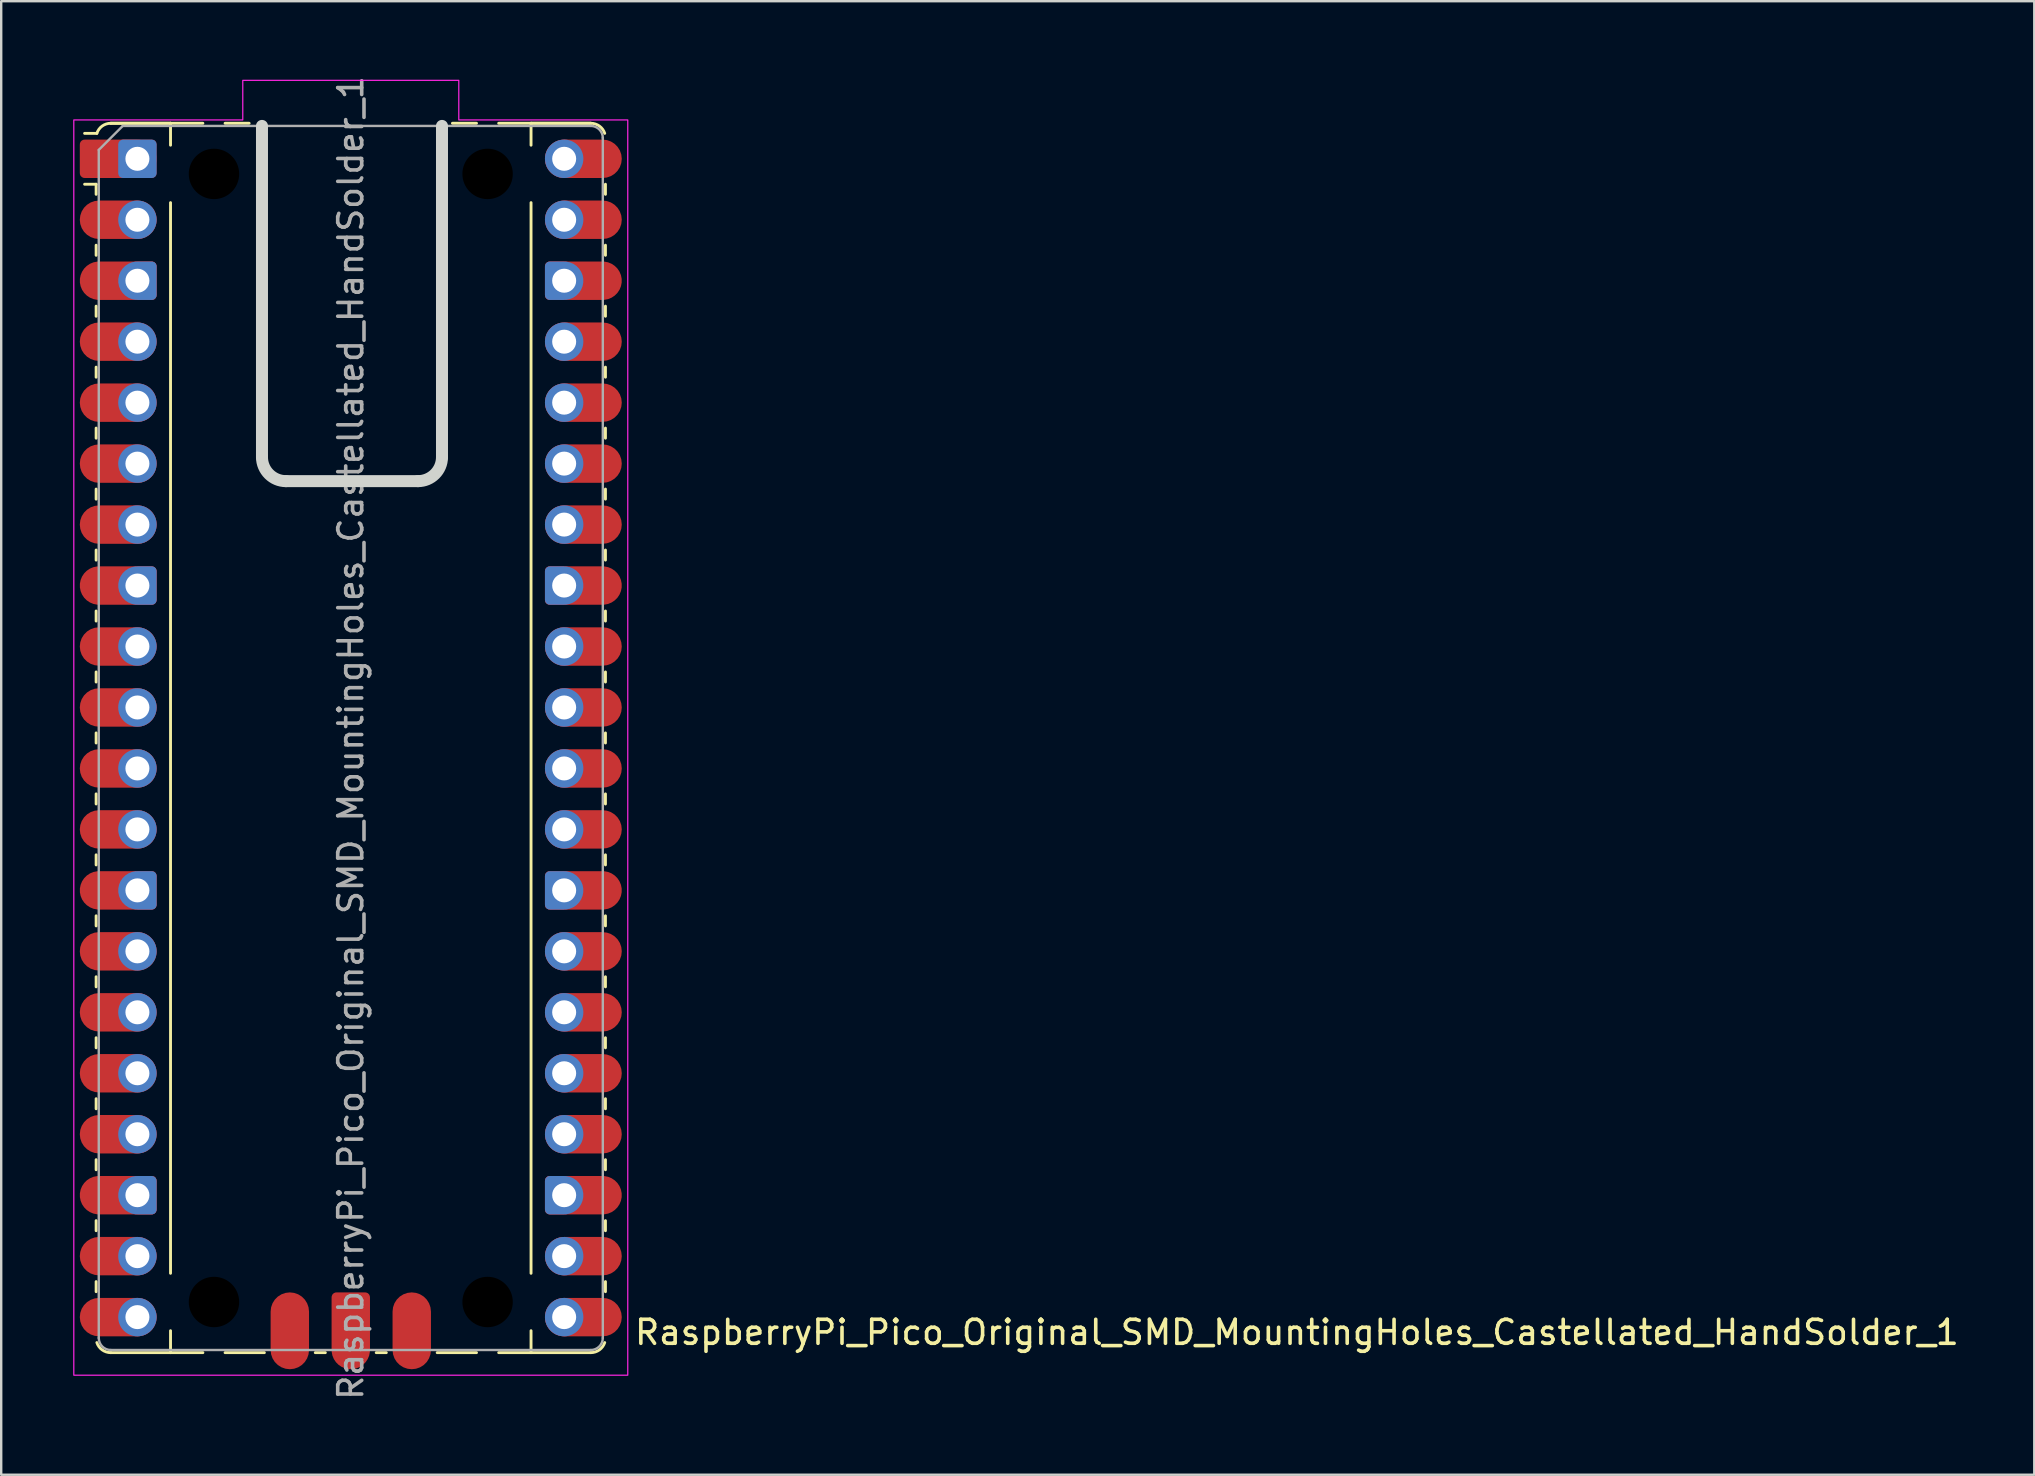
<source format=kicad_pcb>
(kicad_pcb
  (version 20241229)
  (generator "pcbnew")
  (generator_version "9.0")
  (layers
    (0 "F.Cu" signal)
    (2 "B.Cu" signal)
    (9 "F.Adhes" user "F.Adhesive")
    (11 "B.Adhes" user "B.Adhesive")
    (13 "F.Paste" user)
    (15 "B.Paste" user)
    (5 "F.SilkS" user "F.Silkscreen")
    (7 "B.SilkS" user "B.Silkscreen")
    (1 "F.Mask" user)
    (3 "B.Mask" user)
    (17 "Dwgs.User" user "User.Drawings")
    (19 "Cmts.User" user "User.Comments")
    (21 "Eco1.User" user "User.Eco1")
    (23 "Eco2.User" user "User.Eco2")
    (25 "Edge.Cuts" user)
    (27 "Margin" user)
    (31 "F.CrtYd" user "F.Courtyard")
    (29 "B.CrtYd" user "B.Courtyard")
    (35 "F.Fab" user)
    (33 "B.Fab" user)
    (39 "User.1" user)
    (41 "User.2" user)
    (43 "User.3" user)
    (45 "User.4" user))
  (footprint "RaspberryPi_Pico_Original_SMD_MountingHoles_Castellated_HandSolder_1"
    (layer "F.Cu")
    (at 11.565 27.696)
    (property "Reference" "RaspberryPi_Pico_Original_SMD_MountingHoles_Castellated_HandSolder_1" (at 11.748 24.765 0) (unlocked yes) (layer "F.SilkS") (effects (font (size 1 1) (thickness 0.15)) (justify left)))
    (attr smd)
    (fp_line (start -10.61 -23.07) (end -11.09 -23.07) (stroke (width 0.12) (type solid)) (layer "F.SilkS"))
    (fp_line (start -10.61 -23.07) (end -10.61 -22.65) (stroke (width 0.12) (type solid)) (layer "F.SilkS"))
    (fp_line (start -10.61 -20.53) (end -10.61 -20.11) (stroke (width 0.12) (type solid)) (layer "F.SilkS"))
    (fp_line (start -10.61 -17.99) (end -10.61 -17.57) (stroke (width 0.12) (type solid)) (layer "F.SilkS"))
    (fp_line (start -10.61 -15.45) (end -10.61 -15.03) (stroke (width 0.12) (type solid)) (layer "F.SilkS"))
    (fp_line (start -10.61 -12.91) (end -10.61 -12.49) (stroke (width 0.12) (type solid)) (layer "F.SilkS"))
    (fp_line (start -10.61 -10.37) (end -10.61 -9.95) (stroke (width 0.12) (type solid)) (layer "F.SilkS"))
    (fp_line (start -10.61 -7.83) (end -10.61 -7.41) (stroke (width 0.12) (type solid)) (layer "F.SilkS"))
    (fp_line (start -10.61 -5.29) (end -10.61 -4.87) (stroke (width 0.12) (type solid)) (layer "F.SilkS"))
    (fp_line (start -10.61 -2.75) (end -10.61 -2.33) (stroke (width 0.12) (type solid)) (layer "F.SilkS"))
    (fp_line (start -10.61 -0.21) (end -10.61 0.21) (stroke (width 0.12) (type solid)) (layer "F.SilkS"))
    (fp_line (start -10.61 2.33) (end -10.61 2.75) (stroke (width 0.12) (type solid)) (layer "F.SilkS"))
    (fp_line (start -10.61 4.87) (end -10.61 5.29) (stroke (width 0.12) (type solid)) (layer "F.SilkS"))
    (fp_line (start -10.61 7.41) (end -10.61 7.83) (stroke (width 0.12) (type solid)) (layer "F.SilkS"))
    (fp_line (start -10.61 9.95) (end -10.61 10.37) (stroke (width 0.12) (type solid)) (layer "F.SilkS"))
    (fp_line (start -10.61 12.49) (end -10.61 12.91) (stroke (width 0.12) (type solid)) (layer "F.SilkS"))
    (fp_line (start -10.61 15.03) (end -10.61 15.45) (stroke (width 0.12) (type solid)) (layer "F.SilkS"))
    (fp_line (start -10.61 17.57) (end -10.61 17.99) (stroke (width 0.12) (type solid)) (layer "F.SilkS"))
    (fp_line (start -10.61 20.11) (end -10.61 20.53) (stroke (width 0.12) (type solid)) (layer "F.SilkS"))
    (fp_line (start -10.61 22.65) (end -10.61 23.07) (stroke (width 0.12) (type solid)) (layer "F.SilkS"))
    (fp_line (start -10.58 -25.19) (end -11.09 -25.19) (stroke (width 0.12) (type solid)) (layer "F.SilkS"))
    (fp_line (start -10 -25.61) (end -7.51 -25.61) (stroke (width 0.12) (type solid)) (layer "F.SilkS"))
    (fp_line (start -10 -25.61) (end -7.51 -25.61) (stroke (width 0.12) (type solid)) (layer "F.SilkS"))
    (fp_line (start -10 25.61) (end -6.162 25.61) (stroke (width 0.12) (type solid)) (layer "F.SilkS"))
    (fp_line (start -7.51 -25.61) (end -7.51 -24.696) (stroke (width 0.12) (type solid)) (layer "F.SilkS"))
    (fp_line (start -7.51 -25.61) (end -6.162 -25.61) (stroke (width 0.12) (type solid)) (layer "F.SilkS"))
    (fp_line (start -7.51 -22.304) (end -7.51 22.304) (stroke (width 0.12) (type solid)) (layer "F.SilkS"))
    (fp_line (start -7.51 24.696) (end -7.51 25.61) (stroke (width 0.12) (type solid)) (layer "F.SilkS"))
    (fp_line (start -5.238 -25.61) (end -4.235 -25.61) (stroke (width 0.12) (type solid)) (layer "F.SilkS"))
    (fp_line (start -3.6 25.61) (end -5.238 25.61) (stroke (width 0.12) (type solid)) (layer "F.SilkS"))
    (fp_line (start -1.48 25.61) (end -1.06 25.61) (stroke (width 0.12) (type solid)) (layer "F.SilkS"))
    (fp_line (start 1.06 25.61) (end 1.48 25.61) (stroke (width 0.12) (type solid)) (layer "F.SilkS"))
    (fp_line (start 4.235 -25.61) (end 5.238 -25.61) (stroke (width 0.12) (type solid)) (layer "F.SilkS"))
    (fp_line (start 5.238 25.61) (end 3.6 25.61) (stroke (width 0.12) (type solid)) (layer "F.SilkS"))
    (fp_line (start 6.162 -25.61) (end 7.51 -25.61) (stroke (width 0.12) (type solid)) (layer "F.SilkS"))
    (fp_line (start 6.162 25.61) (end 10 25.61) (stroke (width 0.12) (type solid)) (layer "F.SilkS"))
    (fp_line (start 7.51 -25.61) (end 7.51 -24.696) (stroke (width 0.12) (type solid)) (layer "F.SilkS"))
    (fp_line (start 7.51 -22.304) (end 7.51 22.304) (stroke (width 0.12) (type solid)) (layer "F.SilkS"))
    (fp_line (start 7.51 24.696) (end 7.51 25.61) (stroke (width 0.12) (type solid)) (layer "F.SilkS"))
    (fp_line (start 10 -25.61) (end 7.51 -25.61) (stroke (width 0.12) (type solid)) (layer "F.SilkS"))
    (fp_line (start 10 -25.61) (end 7.51 -25.61) (stroke (width 0.12) (type solid)) (layer "F.SilkS"))
    (fp_line (start 10.61 -23.07) (end 10.61 -22.65) (stroke (width 0.12) (type solid)) (layer "F.SilkS"))
    (fp_line (start 10.61 -20.53) (end 10.61 -20.11) (stroke (width 0.12) (type solid)) (layer "F.SilkS"))
    (fp_line (start 10.61 -17.99) (end 10.61 -17.57) (stroke (width 0.12) (type solid)) (layer "F.SilkS"))
    (fp_line (start 10.61 -15.45) (end 10.61 -15.03) (stroke (width 0.12) (type solid)) (layer "F.SilkS"))
    (fp_line (start 10.61 -12.91) (end 10.61 -12.49) (stroke (width 0.12) (type solid)) (layer "F.SilkS"))
    (fp_line (start 10.61 -10.37) (end 10.61 -9.95) (stroke (width 0.12) (type solid)) (layer "F.SilkS"))
    (fp_line (start 10.61 -7.83) (end 10.61 -7.41) (stroke (width 0.12) (type solid)) (layer "F.SilkS"))
    (fp_line (start 10.61 -5.29) (end 10.61 -4.87) (stroke (width 0.12) (type solid)) (layer "F.SilkS"))
    (fp_line (start 10.61 -2.75) (end 10.61 -2.33) (stroke (width 0.12) (type solid)) (layer "F.SilkS"))
    (fp_line (start 10.61 -0.21) (end 10.61 0.21) (stroke (width 0.12) (type solid)) (layer "F.SilkS"))
    (fp_line (start 10.61 2.33) (end 10.61 2.75) (stroke (width 0.12) (type solid)) (layer "F.SilkS"))
    (fp_line (start 10.61 4.87) (end 10.61 5.29) (stroke (width 0.12) (type solid)) (layer "F.SilkS"))
    (fp_line (start 10.61 7.41) (end 10.61 7.83) (stroke (width 0.12) (type solid)) (layer "F.SilkS"))
    (fp_line (start 10.61 9.95) (end 10.61 10.37) (stroke (width 0.12) (type solid)) (layer "F.SilkS"))
    (fp_line (start 10.61 12.49) (end 10.61 12.91) (stroke (width 0.12) (type solid)) (layer "F.SilkS"))
    (fp_line (start 10.61 15.03) (end 10.61 15.45) (stroke (width 0.12) (type solid)) (layer "F.SilkS"))
    (fp_line (start 10.61 17.57) (end 10.61 17.99) (stroke (width 0.12) (type solid)) (layer "F.SilkS"))
    (fp_line (start 10.61 20.11) (end 10.61 20.53) (stroke (width 0.12) (type solid)) (layer "F.SilkS"))
    (fp_line (start 10.61 22.65) (end 10.61 23.07) (stroke (width 0.12) (type solid)) (layer "F.SilkS"))
    (fp_arc (start -10.579676 -25.189937) (mid -10.357938 -25.493944) (end -10 -25.61) (stroke (width 0.12) (type solid)) (layer "F.SilkS"))
    (fp_arc (start -10 25.61) (mid -10.357937 25.493944) (end -10.579676 25.189937) (stroke (width 0.12) (type solid)) (layer "F.SilkS"))
    (fp_arc (start 10 -25.61) (mid 10.357937 -25.493944) (end 10.579676 -25.189937) (stroke (width 0.12) (type solid)) (layer "F.SilkS"))
    (fp_arc (start 10.579676 25.189937) (mid 10.357958 25.493991) (end 10 25.61) (stroke (width 0.12) (type solid)) (layer "F.SilkS"))
    (fp_line (start -3.7 -11.7) (end -3.7 -25.5) (stroke (width 0.5) (type solid)) (layer "Edge.Cuts"))
    (fp_line (start 2.8 -10.7) (end -2.7 -10.7) (stroke (width 0.5) (type solid)) (layer "Edge.Cuts"))
    (fp_line (start 3.8 -11.7) (end 3.8 -25.5) (stroke (width 0.5) (type solid)) (layer "Edge.Cuts"))
    (fp_arc (start -2.699989 -10.700011) (mid -3.407099 -10.992901) (end -3.699989 -11.700011) (stroke (width 0.5) (type solid)) (layer "Edge.Cuts"))
    (fp_arc (start 3.80004 -11.69996) (mid 3.507135 -10.992865) (end 2.80004 -10.69996) (stroke (width 0.5) (type solid)) (layer "Edge.Cuts"))
    (fp_poly (pts (xy -4.5 -27.4) (xy 4.5 -27.4) (xy 4.5 -25.75) (xy 11.54 -25.75) (xy 11.54 26.55) (xy -11.54 26.55) (xy -11.54 -25.75) (xy -4.5 -25.75)) (stroke (width 0.05) (type solid)) (fill no) (layer "F.CrtYd"))
    (fp_line (start -10.5 -24.5) (end -9.5 -25.5) (stroke (width 0.1) (type solid)) (layer "F.Fab"))
    (fp_line (start -10.5 25) (end -10.5 -24.5) (stroke (width 0.1) (type solid)) (layer "F.Fab"))
    (fp_line (start -9.5 -25.5) (end 10 -25.5) (stroke (width 0.1) (type solid)) (layer "F.Fab"))
    (fp_line (start 10 25.5) (end -10 25.5) (stroke (width 0.1) (type solid)) (layer "F.Fab"))
    (fp_line (start 10.5 -25) (end 10.5 25) (stroke (width 0.1) (type solid)) (layer "F.Fab"))
    (fp_arc (start -10 25.5) (mid -10.353553 25.353553) (end -10.5 25) (stroke (width 0.1) (type solid)) (layer "F.Fab"))
    (fp_arc (start 10 -25.5) (mid 10.353553 -25.353553) (end 10.5 -25) (stroke (width 0.1) (type solid)) (layer "F.Fab"))
    (fp_arc (start 10.5 25) (mid 10.353553 25.353553) (end 10 25.5) (stroke (width 0.1) (type solid)) (layer "F.Fab"))
    (fp_text user "${REFERENCE}" (at 0 0 90) (layer "F.Fab") (effects (font (size 1 1) (thickness 0.15))))
    (pad "" np_thru_hole circle (at -5.7 -23.5) (size 3.8 3.8) (drill 2.1) (layers "*.Mask"))
    (pad "" np_thru_hole circle (at -5.7 23.5) (size 3.8 3.8) (drill 2.1) (layers "*.Mask"))
    (pad "" np_thru_hole circle (at 5.7 -23.5) (size 3.8 3.8) (drill 2.1) (layers "*.Mask"))
    (pad "" np_thru_hole circle (at 5.7 23.5) (size 3.8 3.8) (drill 2.1) (layers "*.Mask"))
    (pad "1" thru_hole roundrect (at -8.89 -24.13) (size 1.6 1.6) (drill 1) (layers "*.Cu" "*.Mask") (roundrect_rratio 0.125))
    (pad "1" smd custom (at -8.89 -24.13) (size 1.6 1.6) (layers "F.Cu" "F.Mask" "F.Paste") (options (anchor circle)) (primitives (gr_poly (pts (xy -2.4 0.6) (xy -2.4 -0.6) (xy -2.2 -0.8) (xy 0 -0.8) (xy 0 0.8) (xy -2.2 0.8)) (width 0) (fill yes)) (gr_circle (center -2.2 0.6) (end -2 0.6) (width 0) (fill yes)) (gr_circle (center -2.2 -0.6) (end -2 -0.6) (width 0) (fill yes))))
    (pad "2" thru_hole circle (at -8.89 -21.59) (size 1.6 1.6) (drill 1) (layers "*.Cu" "*.Mask"))
    (pad "2" smd roundrect (at -8.89 -21.59) (size 3.2 1.6) (drill (offset -0.8 0)) (layers "F.Cu" "F.Mask" "F.Paste") (roundrect_rratio 0.5))
    (pad "3" thru_hole custom (at -8.89 -19.05) (size 1.6 1.6) (drill 1) (layers "*.Cu" "*.Mask") (options (anchor circle)) (primitives (gr_poly (pts (xy 0.8 0.6) (xy 0.8 -0.6) (xy 0.6 -0.8) (xy 0 -0.8) (xy 0 0.8) (xy 0.6 0.8)) (width 0) (fill yes)) (gr_circle (center 0.6 0.6) (end 0.8 0.6) (width 0) (fill yes)) (gr_circle (center 0.6 -0.6) (end 0.8 -0.6) (width 0) (fill yes))))
    (pad "3" smd custom (at -8.89 -19.05) (size 1.6 1.6) (layers "F.Cu" "F.Mask" "F.Paste") (options (anchor circle)) (primitives (gr_poly (pts (xy 0.8 -0.6) (xy 0.8 0.6) (xy 0.6 0.8) (xy -1.6 0.8) (xy -1.6 -0.8) (xy 0.6 -0.8)) (width 0) (fill yes)) (gr_circle (center 0.6 0.6) (end 0.8 0.6) (width 0) (fill yes)) (gr_circle (center 0.6 -0.6) (end 0.8 -0.6) (width 0) (fill yes)) (gr_circle (center -1.6 0) (end -0.8 0) (width 0) (fill yes))))
    (pad "4" thru_hole circle (at -8.89 -16.51) (size 1.6 1.6) (drill 1) (layers "*.Cu" "*.Mask"))
    (pad "4" smd roundrect (at -8.89 -16.51) (size 3.2 1.6) (drill (offset -0.8 0)) (layers "F.Cu" "F.Mask" "F.Paste") (roundrect_rratio 0.5))
    (pad "5" thru_hole circle (at -8.89 -13.97) (size 1.6 1.6) (drill 1) (layers "*.Cu" "*.Mask"))
    (pad "5" smd roundrect (at -8.89 -13.97) (size 3.2 1.6) (drill (offset -0.8 0)) (layers "F.Cu" "F.Mask" "F.Paste") (roundrect_rratio 0.5))
    (pad "6" thru_hole circle (at -8.89 -11.43) (size 1.6 1.6) (drill 1) (layers "*.Cu" "*.Mask"))
    (pad "6" smd roundrect (at -8.89 -11.43) (size 3.2 1.6) (drill (offset -0.8 0)) (layers "F.Cu" "F.Mask" "F.Paste") (roundrect_rratio 0.5))
    (pad "7" thru_hole circle (at -8.89 -8.89) (size 1.6 1.6) (drill 1) (layers "*.Cu" "*.Mask"))
    (pad "7" smd roundrect (at -8.89 -8.89) (size 3.2 1.6) (drill (offset -0.8 0)) (layers "F.Cu" "F.Mask" "F.Paste") (roundrect_rratio 0.5))
    (pad "8" thru_hole custom (at -8.89 -6.35) (size 1.6 1.6) (drill 1) (layers "*.Cu" "*.Mask") (options (anchor circle)) (primitives (gr_poly (pts (xy 0.8 0.6) (xy 0.8 -0.6) (xy 0.6 -0.8) (xy 0 -0.8) (xy 0 0.8) (xy 0.6 0.8)) (width 0) (fill yes)) (gr_circle (center 0.6 0.6) (end 0.8 0.6) (width 0) (fill yes)) (gr_circle (center 0.6 -0.6) (end 0.8 -0.6) (width 0) (fill yes))))
    (pad "8" smd custom (at -8.89 -6.35) (size 1.6 1.6) (layers "F.Cu" "F.Mask" "F.Paste") (options (anchor circle)) (primitives (gr_poly (pts (xy 0.8 -0.6) (xy 0.8 0.6) (xy 0.6 0.8) (xy -1.6 0.8) (xy -1.6 -0.8) (xy 0.6 -0.8)) (width 0) (fill yes)) (gr_circle (center 0.6 0.6) (end 0.8 0.6) (width 0) (fill yes)) (gr_circle (center 0.6 -0.6) (end 0.8 -0.6) (width 0) (fill yes)) (gr_circle (center -1.6 0) (end -0.8 0) (width 0) (fill yes))))
    (pad "9" thru_hole circle (at -8.89 -3.81) (size 1.6 1.6) (drill 1) (layers "*.Cu" "*.Mask"))
    (pad "9" smd roundrect (at -8.89 -3.81) (size 3.2 1.6) (drill (offset -0.8 0)) (layers "F.Cu" "F.Mask" "F.Paste") (roundrect_rratio 0.5))
    (pad "10" thru_hole circle (at -8.89 -1.27) (size 1.6 1.6) (drill 1) (layers "*.Cu" "*.Mask"))
    (pad "10" smd roundrect (at -8.89 -1.27) (size 3.2 1.6) (drill (offset -0.8 0)) (layers "F.Cu" "F.Mask" "F.Paste") (roundrect_rratio 0.5))
    (pad "11" thru_hole circle (at -8.89 1.27) (size 1.6 1.6) (drill 1) (layers "*.Cu" "*.Mask"))
    (pad "11" smd roundrect (at -8.89 1.27) (size 3.2 1.6) (drill (offset -0.8 0)) (layers "F.Cu" "F.Mask" "F.Paste") (roundrect_rratio 0.5))
    (pad "12" thru_hole circle (at -8.89 3.81) (size 1.6 1.6) (drill 1) (layers "*.Cu" "*.Mask"))
    (pad "12" smd roundrect (at -8.89 3.81) (size 3.2 1.6) (drill (offset -0.8 0)) (layers "F.Cu" "F.Mask" "F.Paste") (roundrect_rratio 0.5))
    (pad "13" thru_hole custom (at -8.89 6.35) (size 1.6 1.6) (drill 1) (layers "*.Cu" "*.Mask") (options (anchor circle)) (primitives (gr_poly (pts (xy 0.8 0.6) (xy 0.8 -0.6) (xy 0.6 -0.8) (xy 0 -0.8) (xy 0 0.8) (xy 0.6 0.8)) (width 0) (fill yes)) (gr_circle (center 0.6 0.6) (end 0.8 0.6) (width 0) (fill yes)) (gr_circle (center 0.6 -0.6) (end 0.8 -0.6) (width 0) (fill yes))))
    (pad "13" smd custom (at -8.89 6.35) (size 1.6 1.6) (layers "F.Cu" "F.Mask" "F.Paste") (options (anchor circle)) (primitives (gr_poly (pts (xy 0.8 -0.6) (xy 0.8 0.6) (xy 0.6 0.8) (xy -1.6 0.8) (xy -1.6 -0.8) (xy 0.6 -0.8)) (width 0) (fill yes)) (gr_circle (center 0.6 0.6) (end 0.8 0.6) (width 0) (fill yes)) (gr_circle (center 0.6 -0.6) (end 0.8 -0.6) (width 0) (fill yes)) (gr_circle (center -1.6 0) (end -0.8 0) (width 0) (fill yes))))
    (pad "14" thru_hole circle (at -8.89 8.89) (size 1.6 1.6) (drill 1) (layers "*.Cu" "*.Mask"))
    (pad "14" smd roundrect (at -8.89 8.89) (size 3.2 1.6) (drill (offset -0.8 0)) (layers "F.Cu" "F.Mask" "F.Paste") (roundrect_rratio 0.5))
    (pad "15" thru_hole circle (at -8.89 11.43) (size 1.6 1.6) (drill 1) (layers "*.Cu" "*.Mask"))
    (pad "15" smd roundrect (at -8.89 11.43) (size 3.2 1.6) (drill (offset -0.8 0)) (layers "F.Cu" "F.Mask" "F.Paste") (roundrect_rratio 0.5))
    (pad "16" thru_hole circle (at -8.89 13.97) (size 1.6 1.6) (drill 1) (layers "*.Cu" "*.Mask"))
    (pad "16" smd roundrect (at -8.89 13.97) (size 3.2 1.6) (drill (offset -0.8 0)) (layers "F.Cu" "F.Mask" "F.Paste") (roundrect_rratio 0.5))
    (pad "17" thru_hole circle (at -8.89 16.51) (size 1.6 1.6) (drill 1) (layers "*.Cu" "*.Mask"))
    (pad "17" smd roundrect (at -8.89 16.51) (size 3.2 1.6) (drill (offset -0.8 0)) (layers "F.Cu" "F.Mask" "F.Paste") (roundrect_rratio 0.5))
    (pad "18" thru_hole custom (at -8.89 19.05) (size 1.6 1.6) (drill 1) (layers "*.Cu" "*.Mask") (options (anchor circle)) (primitives (gr_poly (pts (xy 0.8 0.6) (xy 0.8 -0.6) (xy 0.6 -0.8) (xy 0 -0.8) (xy 0 0.8) (xy 0.6 0.8)) (width 0) (fill yes)) (gr_circle (center 0.6 0.6) (end 0.8 0.6) (width 0) (fill yes)) (gr_circle (center 0.6 -0.6) (end 0.8 -0.6) (width 0) (fill yes))))
    (pad "18" smd custom (at -8.89 19.05) (size 1.6 1.6) (layers "F.Cu" "F.Mask" "F.Paste") (options (anchor circle)) (primitives (gr_poly (pts (xy 0.8 -0.6) (xy 0.8 0.6) (xy 0.6 0.8) (xy -1.6 0.8) (xy -1.6 -0.8) (xy 0.6 -0.8)) (width 0) (fill yes)) (gr_circle (center 0.6 0.6) (end 0.8 0.6) (width 0) (fill yes)) (gr_circle (center 0.6 -0.6) (end 0.8 -0.6) (width 0) (fill yes)) (gr_circle (center -1.6 0) (end -0.8 0) (width 0) (fill yes))))
    (pad "19" thru_hole circle (at -8.89 21.59) (size 1.6 1.6) (drill 1) (layers "*.Cu" "*.Mask"))
    (pad "19" smd roundrect (at -8.89 21.59) (size 3.2 1.6) (drill (offset -0.8 0)) (layers "F.Cu" "F.Mask" "F.Paste") (roundrect_rratio 0.5))
    (pad "20" thru_hole circle (at -8.89 24.13) (size 1.6 1.6) (drill 1) (layers "*.Cu" "*.Mask"))
    (pad "20" smd roundrect (at -8.89 24.13) (size 3.2 1.6) (drill (offset -0.8 0)) (layers "F.Cu" "F.Mask" "F.Paste") (roundrect_rratio 0.5))
    (pad "21" thru_hole circle (at 8.89 24.13) (size 1.6 1.6) (drill 1) (layers "*.Cu" "*.Mask"))
    (pad "21" smd roundrect (at 8.89 24.13) (size 3.2 1.6) (drill (offset 0.8 0)) (layers "F.Cu" "F.Mask" "F.Paste") (roundrect_rratio 0.5))
    (pad "22" thru_hole circle (at 8.89 21.59) (size 1.6 1.6) (drill 1) (layers "*.Cu" "*.Mask"))
    (pad "22" smd roundrect (at 8.89 21.59) (size 3.2 1.6) (drill (offset 0.8 0)) (layers "F.Cu" "F.Mask" "F.Paste") (roundrect_rratio 0.5))
    (pad "23" thru_hole custom (at 8.89 19.05) (size 1.6 1.6) (drill 1) (layers "*.Cu" "*.Mask") (options (anchor circle)) (primitives (gr_poly (pts (xy -0.8 0.6) (xy -0.8 -0.6) (xy -0.6 -0.8) (xy 0 -0.8) (xy 0 0.8) (xy -0.6 0.8)) (width 0) (fill yes)) (gr_circle (center -0.6 0.6) (end -0.4 0.6) (width 0) (fill yes)) (gr_circle (center -0.6 -0.6) (end -0.4 -0.6) (width 0) (fill yes))))
    (pad "23" smd custom (at 8.89 19.05) (size 1.6 1.6) (layers "F.Cu" "F.Mask" "F.Paste") (options (anchor circle)) (primitives (gr_poly (pts (xy -0.8 -0.6) (xy -0.8 0.6) (xy -0.6 0.8) (xy 1.6 0.8) (xy 1.6 -0.8) (xy -0.6 -0.8)) (width 0) (fill yes)) (gr_circle (center -0.6 0.6) (end -0.4 0.6) (width 0) (fill yes)) (gr_circle (center -0.6 -0.6) (end -0.4 -0.6) (width 0) (fill yes)) (gr_circle (center 1.6 0) (end 2.4 0) (width 0) (fill yes))))
    (pad "24" thru_hole circle (at 8.89 16.51) (size 1.6 1.6) (drill 1) (layers "*.Cu" "*.Mask"))
    (pad "24" smd roundrect (at 8.89 16.51) (size 3.2 1.6) (drill (offset 0.8 0)) (layers "F.Cu" "F.Mask" "F.Paste") (roundrect_rratio 0.5))
    (pad "25" thru_hole circle (at 8.89 13.97) (size 1.6 1.6) (drill 1) (layers "*.Cu" "*.Mask"))
    (pad "25" smd roundrect (at 8.89 13.97) (size 3.2 1.6) (drill (offset 0.8 0)) (layers "F.Cu" "F.Mask" "F.Paste") (roundrect_rratio 0.5))
    (pad "26" thru_hole circle (at 8.89 11.43) (size 1.6 1.6) (drill 1) (layers "*.Cu" "*.Mask"))
    (pad "26" smd roundrect (at 8.89 11.43) (size 3.2 1.6) (drill (offset 0.8 0)) (layers "F.Cu" "F.Mask" "F.Paste") (roundrect_rratio 0.5))
    (pad "27" thru_hole circle (at 8.89 8.89) (size 1.6 1.6) (drill 1) (layers "*.Cu" "*.Mask"))
    (pad "27" smd roundrect (at 8.89 8.89) (size 3.2 1.6) (drill (offset 0.8 0)) (layers "F.Cu" "F.Mask" "F.Paste") (roundrect_rratio 0.5))
    (pad "28" thru_hole custom (at 8.89 6.35) (size 1.6 1.6) (drill 1) (layers "*.Cu" "*.Mask") (options (anchor circle)) (primitives (gr_poly (pts (xy -0.8 0.6) (xy -0.8 -0.6) (xy -0.6 -0.8) (xy 0 -0.8) (xy 0 0.8) (xy -0.6 0.8)) (width 0) (fill yes)) (gr_circle (center -0.6 0.6) (end -0.4 0.6) (width 0) (fill yes)) (gr_circle (center -0.6 -0.6) (end -0.4 -0.6) (width 0) (fill yes))))
    (pad "28" smd custom (at 8.89 6.35) (size 1.6 1.6) (layers "F.Cu" "F.Mask" "F.Paste") (options (anchor circle)) (primitives (gr_poly (pts (xy -0.8 -0.6) (xy -0.8 0.6) (xy -0.6 0.8) (xy 1.6 0.8) (xy 1.6 -0.8) (xy -0.6 -0.8)) (width 0) (fill yes)) (gr_circle (center -0.6 0.6) (end -0.4 0.6) (width 0) (fill yes)) (gr_circle (center -0.6 -0.6) (end -0.4 -0.6) (width 0) (fill yes)) (gr_circle (center 1.6 0) (end 2.4 0) (width 0) (fill yes))))
    (pad "29" thru_hole circle (at 8.89 3.81) (size 1.6 1.6) (drill 1) (layers "*.Cu" "*.Mask"))
    (pad "29" smd roundrect (at 8.89 3.81) (size 3.2 1.6) (drill (offset 0.8 0)) (layers "F.Cu" "F.Mask" "F.Paste") (roundrect_rratio 0.5))
    (pad "30" thru_hole circle (at 8.89 1.27) (size 1.6 1.6) (drill 1) (layers "*.Cu" "*.Mask"))
    (pad "30" smd roundrect (at 8.89 1.27) (size 3.2 1.6) (drill (offset 0.8 0)) (layers "F.Cu" "F.Mask" "F.Paste") (roundrect_rratio 0.5))
    (pad "31" thru_hole circle (at 8.89 -1.27) (size 1.6 1.6) (drill 1) (layers "*.Cu" "*.Mask"))
    (pad "31" smd roundrect (at 8.89 -1.27) (size 3.2 1.6) (drill (offset 0.8 0)) (layers "F.Cu" "F.Mask" "F.Paste") (roundrect_rratio 0.5))
    (pad "32" thru_hole circle (at 8.89 -3.81) (size 1.6 1.6) (drill 1) (layers "*.Cu" "*.Mask"))
    (pad "32" smd roundrect (at 8.89 -3.81) (size 3.2 1.6) (drill (offset 0.8 0)) (layers "F.Cu" "F.Mask" "F.Paste") (roundrect_rratio 0.5))
    (pad "33" thru_hole custom (at 8.89 -6.35) (size 1.6 1.6) (drill 1) (layers "*.Cu" "*.Mask") (options (anchor circle)) (primitives (gr_poly (pts (xy -0.8 0.6) (xy -0.8 -0.6) (xy -0.6 -0.8) (xy 0 -0.8) (xy 0 0.8) (xy -0.6 0.8)) (width 0) (fill yes)) (gr_circle (center -0.6 0.6) (end -0.4 0.6) (width 0) (fill yes)) (gr_circle (center -0.6 -0.6) (end -0.4 -0.6) (width 0) (fill yes))))
    (pad "33" smd custom (at 8.89 -6.35) (size 1.6 1.6) (layers "F.Cu" "F.Mask" "F.Paste") (options (anchor circle)) (primitives (gr_poly (pts (xy -0.8 -0.6) (xy -0.8 0.6) (xy -0.6 0.8) (xy 1.6 0.8) (xy 1.6 -0.8) (xy -0.6 -0.8)) (width 0) (fill yes)) (gr_circle (center -0.6 0.6) (end -0.4 0.6) (width 0) (fill yes)) (gr_circle (center -0.6 -0.6) (end -0.4 -0.6) (width 0) (fill yes)) (gr_circle (center 1.6 0) (end 2.4 0) (width 0) (fill yes))))
    (pad "34" thru_hole circle (at 8.89 -8.89) (size 1.6 1.6) (drill 1) (layers "*.Cu" "*.Mask"))
    (pad "34" smd roundrect (at 8.89 -8.89) (size 3.2 1.6) (drill (offset 0.8 0)) (layers "F.Cu" "F.Mask" "F.Paste") (roundrect_rratio 0.5))
    (pad "35" thru_hole circle (at 8.89 -11.43) (size 1.6 1.6) (drill 1) (layers "*.Cu" "*.Mask"))
    (pad "35" smd roundrect (at 8.89 -11.43) (size 3.2 1.6) (drill (offset 0.8 0)) (layers "F.Cu" "F.Mask" "F.Paste") (roundrect_rratio 0.5))
    (pad "36" thru_hole circle (at 8.89 -13.97) (size 1.6 1.6) (drill 1) (layers "*.Cu" "*.Mask"))
    (pad "36" smd roundrect (at 8.89 -13.97) (size 3.2 1.6) (drill (offset 0.8 0)) (layers "F.Cu" "F.Mask" "F.Paste") (roundrect_rratio 0.5))
    (pad "37" thru_hole circle (at 8.89 -16.51) (size 1.6 1.6) (drill 1) (layers "*.Cu" "*.Mask"))
    (pad "37" smd roundrect (at 8.89 -16.51) (size 3.2 1.6) (drill (offset 0.8 0)) (layers "F.Cu" "F.Mask" "F.Paste") (roundrect_rratio 0.5))
    (pad "38" thru_hole custom (at 8.89 -19.05) (size 1.6 1.6) (drill 1) (layers "*.Cu" "*.Mask") (options (anchor circle)) (primitives (gr_poly (pts (xy -0.8 0.6) (xy -0.8 -0.6) (xy -0.6 -0.8) (xy 0 -0.8) (xy 0 0.8) (xy -0.6 0.8)) (width 0) (fill yes)) (gr_circle (center -0.6 0.6) (end -0.4 0.6) (width 0) (fill yes)) (gr_circle (center -0.6 -0.6) (end -0.4 -0.6) (width 0) (fill yes))))
    (pad "38" smd custom (at 8.89 -19.05) (size 1.6 1.6) (layers "F.Cu" "F.Mask" "F.Paste") (options (anchor circle)) (primitives (gr_poly (pts (xy -0.8 -0.6) (xy -0.8 0.6) (xy -0.6 0.8) (xy 1.6 0.8) (xy 1.6 -0.8) (xy -0.6 -0.8)) (width 0) (fill yes)) (gr_circle (center -0.6 0.6) (end -0.4 0.6) (width 0) (fill yes)) (gr_circle (center -0.6 -0.6) (end -0.4 -0.6) (width 0) (fill yes)) (gr_circle (center 1.6 0) (end 2.4 0) (width 0) (fill yes))))
    (pad "39" thru_hole circle (at 8.89 -21.59) (size 1.6 1.6) (drill 1) (layers "*.Cu" "*.Mask"))
    (pad "39" smd roundrect (at 8.89 -21.59) (size 3.2 1.6) (drill (offset 0.8 0)) (layers "F.Cu" "F.Mask" "F.Paste") (roundrect_rratio 0.5))
    (pad "40" thru_hole circle (at 8.89 -24.13) (size 1.6 1.6) (drill 1) (layers "*.Cu" "*.Mask"))
    (pad "40" smd roundrect (at 8.89 -24.13) (size 3.2 1.6) (drill (offset 0.8 0)) (layers "F.Cu" "F.Mask" "F.Paste") (roundrect_rratio 0.5))
    (pad "D1" smd roundrect (at -2.54 23.9 90) (size 3.2 1.6) (drill (offset -0.8 0)) (layers "F.Cu" "F.Mask" "F.Paste") (roundrect_rratio 0.5))
    (pad "D2" smd custom (at 0 23.9 270) (size 1.6 1.6) (layers "F.Cu" "F.Mask" "F.Paste") (options (anchor circle)) (primitives (gr_poly (pts (xy -0.8 -0.6) (xy -0.8 0.6) (xy -0.6 0.8) (xy 1.6 0.8) (xy 1.6 -0.8) (xy -0.6 -0.8)) (width 0) (fill yes)) (gr_circle (center -0.6 0.6) (end -0.4 0.6) (width 0) (fill yes)) (gr_circle (center -0.6 -0.6) (end -0.4 -0.6) (width 0) (fill yes)) (gr_circle (center 1.6 0) (end 2.4 0) (width 0) (fill yes))))
    (pad "D3" smd roundrect (at 2.54 23.9 90) (size 3.2 1.6) (drill (offset -0.8 0)) (layers "F.Cu" "F.Mask" "F.Paste") (roundrect_rratio 0.5)))
  (gr_rect
    (start -3 -3)
    (end 81.705 58.393)
    (stroke (width 0.1) (type default))
    (fill no)
    (layer "Edge.Cuts")))
</source>
